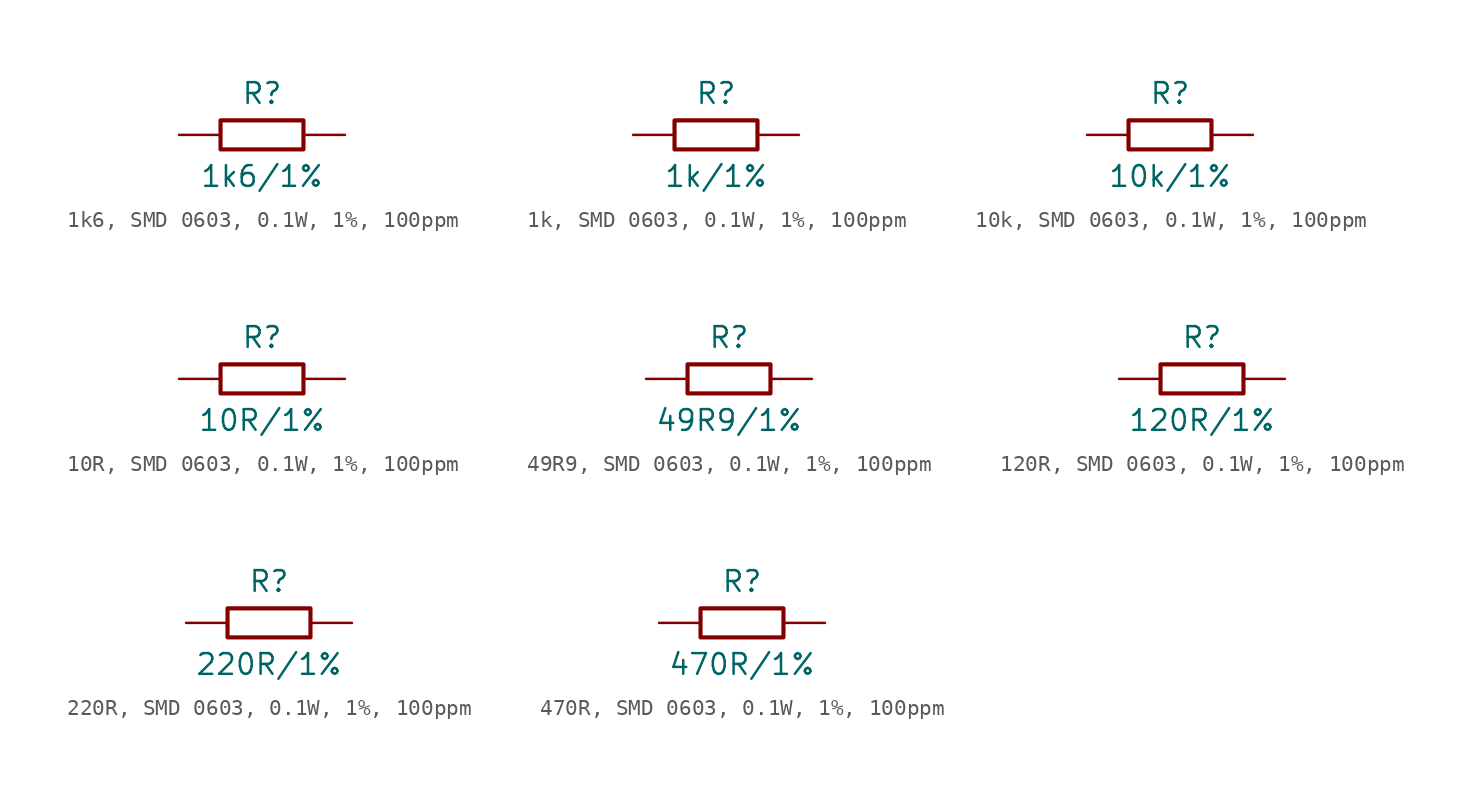
<source format=kicad_sym>
(kicad_symbol_lib
  (version 20241209)
  (generator "kicad_symbol_editor")
  (generator_version "9.0")
  (symbol "1k6, SMD 0603, 0.1W, 1%, 100ppm"
    (pin_numbers
      (hide yes))
    (pin_names
      (offset 0)
      (hide yes))
    (property "Reference" "R"
      (at 0 2.54 0)
      (effects (font (size 1.27 1.27))))
    (property "Value" "1k6/1%"
      (at 0 -2.54 0)
      (effects (font (size 1.27 1.27))))
    (symbol "1k6, SMD 0603, 0.1W, 1%, 100ppm_0_1"
      (rectangle (start -2.54 0.889) (end 2.54 -0.889) (stroke (width 0.254) (type default)) (fill (type none))))
    (symbol "1k6, SMD 0603, 0.1W, 1%, 100ppm_1_1"
      (pin passive line (at -5.08 0 0) (length 2.54) (name "1" (effects (font (size 1.27 1.27)))) (number "1" (effects (font (size 1.27 1.27)))))
      (pin passive line (at 5.08 0 180) (length 2.54) (name "2" (effects (font (size 1.27 1.27)))) (number "2" (effects (font (size 1.27 1.27)))))))
  (symbol "1k, SMD 0603, 0.1W, 1%, 100ppm"
    (pin_numbers
      (hide yes))
    (pin_names
      (offset 0)
      (hide yes))
    (property "Reference" "R"
      (at 0 2.54 0)
      (effects (font (size 1.27 1.27))))
    (property "Value" "1k/1%"
      (at 0 -2.54 0)
      (effects (font (size 1.27 1.27))))
    (symbol "1k, SMD 0603, 0.1W, 1%, 100ppm_0_1"
      (rectangle (start -2.54 0.889) (end 2.54 -0.889) (stroke (width 0.254) (type default)) (fill (type none))))
    (symbol "1k, SMD 0603, 0.1W, 1%, 100ppm_1_1"
      (pin passive line (at -5.08 0 0) (length 2.54) (name "1" (effects (font (size 1.27 1.27)))) (number "1" (effects (font (size 1.27 1.27)))))
      (pin passive line (at 5.08 0 180) (length 2.54) (name "2" (effects (font (size 1.27 1.27)))) (number "2" (effects (font (size 1.27 1.27)))))))
  (symbol "10k, SMD 0603, 0.1W, 1%, 100ppm"
    (pin_numbers
      (hide yes))
    (pin_names
      (offset 0)
      (hide yes))
    (property "Reference" "R"
      (at 0 2.54 0)
      (effects (font (size 1.27 1.27))))
    (property "Value" "10k/1%"
      (at 0 -2.54 0)
      (effects (font (size 1.27 1.27))))
    (symbol "10k, SMD 0603, 0.1W, 1%, 100ppm_0_1"
      (rectangle (start -2.54 0.889) (end 2.54 -0.889) (stroke (width 0.254) (type default)) (fill (type none))))
    (symbol "10k, SMD 0603, 0.1W, 1%, 100ppm_1_1"
      (pin passive line (at -5.08 0 0) (length 2.54) (name "1" (effects (font (size 1.27 1.27)))) (number "1" (effects (font (size 1.27 1.27)))))
      (pin passive line (at 5.08 0 180) (length 2.54) (name "2" (effects (font (size 1.27 1.27)))) (number "2" (effects (font (size 1.27 1.27)))))))
  (symbol "10R, SMD 0603, 0.1W, 1%, 100ppm"
    (pin_numbers
      (hide yes))
    (pin_names
      (offset 0)
      (hide yes))
    (property "Reference" "R"
      (at 0 2.54 0)
      (effects (font (size 1.27 1.27))))
    (property "Value" "10R/1%"
      (at 0 -2.54 0)
      (effects (font (size 1.27 1.27))))
    (symbol "10R, SMD 0603, 0.1W, 1%, 100ppm_0_1"
      (rectangle (start -2.54 0.889) (end 2.54 -0.889) (stroke (width 0.254) (type default)) (fill (type none))))
    (symbol "10R, SMD 0603, 0.1W, 1%, 100ppm_1_1"
      (pin passive line (at -5.08 0 0) (length 2.54) (name "1" (effects (font (size 1.27 1.27)))) (number "1" (effects (font (size 1.27 1.27)))))
      (pin passive line (at 5.08 0 180) (length 2.54) (name "2" (effects (font (size 1.27 1.27)))) (number "2" (effects (font (size 1.27 1.27)))))))
  (symbol "49R9, SMD 0603, 0.1W, 1%, 100ppm"
    (pin_numbers
      (hide yes))
    (pin_names
      (offset 0)
      (hide yes))
    (property "Reference" "R"
      (at 0 2.54 0)
      (effects (font (size 1.27 1.27))))
    (property "Value" "49R9/1%"
      (at 0 -2.54 0)
      (effects (font (size 1.27 1.27))))
    (symbol "49R9, SMD 0603, 0.1W, 1%, 100ppm_0_1"
      (rectangle (start -2.54 0.889) (end 2.54 -0.889) (stroke (width 0.254) (type default)) (fill (type none))))
    (symbol "49R9, SMD 0603, 0.1W, 1%, 100ppm_1_1"
      (pin passive line (at -5.08 0 0) (length 2.54) (name "1" (effects (font (size 1.27 1.27)))) (number "1" (effects (font (size 1.27 1.27)))))
      (pin passive line (at 5.08 0 180) (length 2.54) (name "2" (effects (font (size 1.27 1.27)))) (number "2" (effects (font (size 1.27 1.27)))))))
  (symbol "120R, SMD 0603, 0.1W, 1%, 100ppm"
    (pin_numbers
      (hide yes))
    (pin_names
      (offset 0)
      (hide yes))
    (property "Reference" "R"
      (at 0 2.54 0)
      (effects (font (size 1.27 1.27))))
    (property "Value" "120R/1%"
      (at 0 -2.54 0)
      (effects (font (size 1.27 1.27))))
    (symbol "120R, SMD 0603, 0.1W, 1%, 100ppm_0_1"
      (rectangle (start -2.54 0.889) (end 2.54 -0.889) (stroke (width 0.254) (type default)) (fill (type none))))
    (symbol "120R, SMD 0603, 0.1W, 1%, 100ppm_1_1"
      (pin passive line (at -5.08 0 0) (length 2.54) (name "1" (effects (font (size 1.27 1.27)))) (number "1" (effects (font (size 1.27 1.27)))))
      (pin passive line (at 5.08 0 180) (length 2.54) (name "2" (effects (font (size 1.27 1.27)))) (number "2" (effects (font (size 1.27 1.27)))))))
  (symbol "220R, SMD 0603, 0.1W, 1%, 100ppm"
    (pin_numbers
      (hide yes))
    (pin_names
      (offset 0)
      (hide yes))
    (property "Reference" "R"
      (at 0 2.54 0)
      (effects (font (size 1.27 1.27))))
    (property "Value" "220R/1%"
      (at 0 -2.54 0)
      (effects (font (size 1.27 1.27))))
    (symbol "220R, SMD 0603, 0.1W, 1%, 100ppm_0_1"
      (rectangle (start -2.54 0.889) (end 2.54 -0.889) (stroke (width 0.254) (type default)) (fill (type none))))
    (symbol "220R, SMD 0603, 0.1W, 1%, 100ppm_1_1"
      (pin passive line (at -5.08 0 0) (length 2.54) (name "1" (effects (font (size 1.27 1.27)))) (number "1" (effects (font (size 1.27 1.27)))))
      (pin passive line (at 5.08 0 180) (length 2.54) (name "2" (effects (font (size 1.27 1.27)))) (number "2" (effects (font (size 1.27 1.27)))))))
  (symbol "470R, SMD 0603, 0.1W, 1%, 100ppm"
    (pin_numbers
      (hide yes))
    (pin_names
      (offset 0)
      (hide yes))
    (property "Reference" "R"
      (at 0 2.54 0)
      (effects (font (size 1.27 1.27))))
    (property "Value" "470R/1%"
      (at 0 -2.54 0)
      (effects (font (size 1.27 1.27))))
    (symbol "470R, SMD 0603, 0.1W, 1%, 100ppm_0_1"
      (rectangle (start -2.54 0.889) (end 2.54 -0.889) (stroke (width 0.254) (type default)) (fill (type none))))
    (symbol "470R, SMD 0603, 0.1W, 1%, 100ppm_1_1"
      (pin passive line (at -5.08 0 0) (length 2.54) (name "1" (effects (font (size 1.27 1.27)))) (number "1" (effects (font (size 1.27 1.27)))))
      (pin passive line (at 5.08 0 180) (length 2.54) (name "2" (effects (font (size 1.27 1.27)))) (number "2" (effects (font (size 1.27 1.27))))))))
</source>
